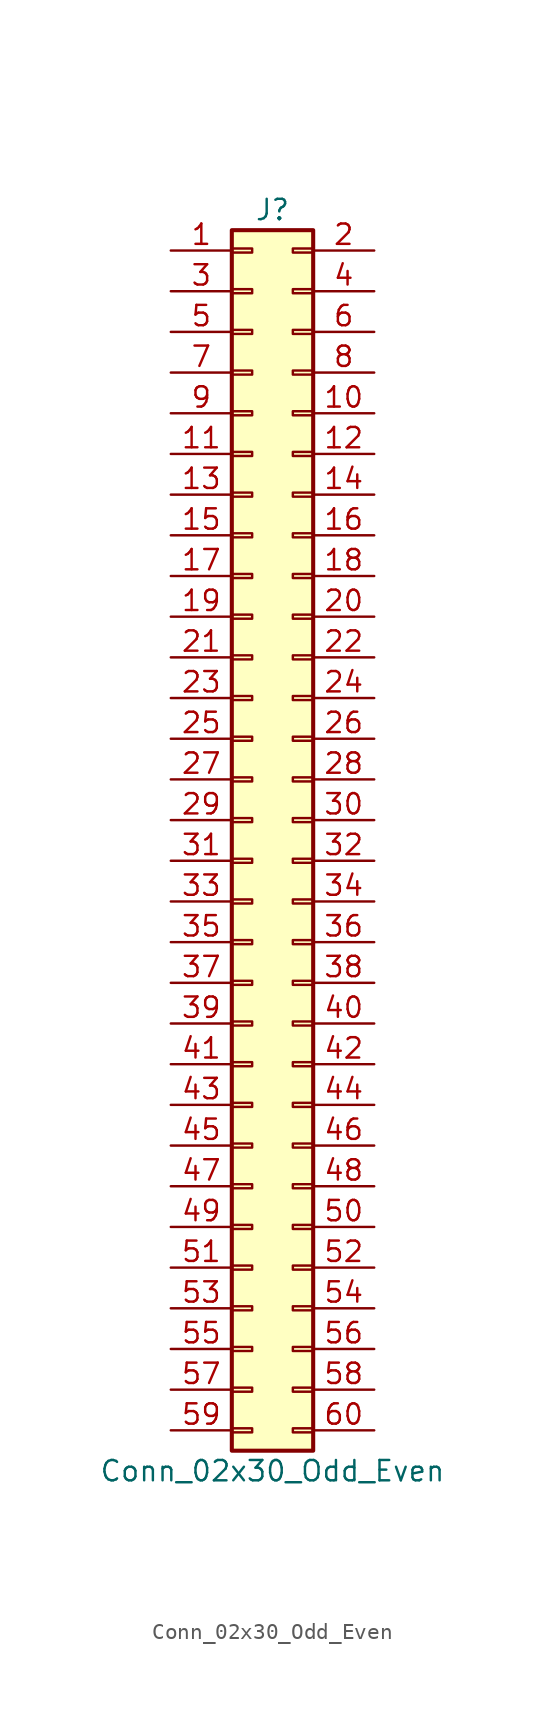
<source format=kicad_sym>
(kicad_symbol_lib
  (version 20201005)
  (generator kicad_symbol_editor)
  (symbol "Connector_Generic:Conn_02x30_Odd_Even"
    (pin_names
      (offset 1.016) hide)
    (property "Reference" "J"
      (at 1.27 38.1 0)
      (effects (font (size 1.27 1.27))))
    (property "Value" "Conn_02x30_Odd_Even"
      (at 1.27 -40.64 0)
      (effects (font (size 1.27 1.27))))
    (symbol "Conn_02x30_Odd_Even_1_1"
      (rectangle (start -1.27 -27.813) (end 0 -28.067) (stroke (width 0.152)) (fill (type none)))
      (rectangle (start -1.27 -30.353) (end 0 -30.607) (stroke (width 0.152)) (fill (type none)))
      (rectangle (start -1.27 -32.893) (end 0 -33.147) (stroke (width 0.152)) (fill (type none)))
      (rectangle (start -1.27 -35.433) (end 0 -35.687) (stroke (width 0.152)) (fill (type none)))
      (rectangle (start -1.27 -37.973) (end 0 -38.227) (stroke (width 0.152)) (fill (type none)))
      (rectangle (start -1.27 -4.953) (end 0 -5.207) (stroke (width 0.152)) (fill (type none)))
      (rectangle (start -1.27 -7.493) (end 0 -7.747) (stroke (width 0.152)) (fill (type none)))
      (rectangle (start -1.27 -10.033) (end 0 -10.287) (stroke (width 0.152)) (fill (type none)))
      (rectangle (start -1.27 -12.573) (end 0 -12.827) (stroke (width 0.152)) (fill (type none)))
      (rectangle (start -1.27 -15.113) (end 0 -15.367) (stroke (width 0.152)) (fill (type none)))
      (rectangle (start -1.27 -17.653) (end 0 -17.907) (stroke (width 0.152)) (fill (type none)))
      (rectangle (start -1.27 -20.193) (end 0 -20.447) (stroke (width 0.152)) (fill (type none)))
      (rectangle (start -1.27 -22.733) (end 0 -22.987) (stroke (width 0.152)) (fill (type none)))
      (rectangle (start -1.27 -2.413) (end 0 -2.667) (stroke (width 0.152)) (fill (type none)))
      (rectangle (start -1.27 -25.273) (end 0 -25.527) (stroke (width 0.152)) (fill (type none)))
      (rectangle (start -1.27 25.527) (end 0 25.273) (stroke (width 0.152)) (fill (type none)))
      (rectangle (start -1.27 2.667) (end 0 2.413) (stroke (width 0.152)) (fill (type none)))
      (rectangle (start -1.27 28.067) (end 0 27.813) (stroke (width 0.152)) (fill (type none)))
      (rectangle (start -1.27 30.607) (end 0 30.353) (stroke (width 0.152)) (fill (type none)))
      (rectangle (start -1.27 33.147) (end 0 32.893) (stroke (width 0.152)) (fill (type none)))
      (rectangle (start -1.27 35.687) (end 0 35.433) (stroke (width 0.152)) (fill (type none)))
      (rectangle (start -1.27 36.83) (end 3.81 -39.37) (stroke (width 0.254)) (fill (type background)))
      (rectangle (start -1.27 5.207) (end 0 4.953) (stroke (width 0.152)) (fill (type none)))
      (rectangle (start -1.27 7.747) (end 0 7.493) (stroke (width 0.152)) (fill (type none)))
      (rectangle (start -1.27 10.287) (end 0 10.033) (stroke (width 0.152)) (fill (type none)))
      (rectangle (start -1.27 0.127) (end 0 -0.127) (stroke (width 0.152)) (fill (type none)))
      (rectangle (start -1.27 12.827) (end 0 12.573) (stroke (width 0.152)) (fill (type none)))
      (rectangle (start -1.27 15.367) (end 0 15.113) (stroke (width 0.152)) (fill (type none)))
      (rectangle (start -1.27 17.907) (end 0 17.653) (stroke (width 0.152)) (fill (type none)))
      (rectangle (start -1.27 20.447) (end 0 20.193) (stroke (width 0.152)) (fill (type none)))
      (rectangle (start -1.27 22.987) (end 0 22.733) (stroke (width 0.152)) (fill (type none)))
      (rectangle (start 3.81 -27.813) (end 2.54 -28.067) (stroke (width 0.152)) (fill (type none)))
      (rectangle (start 3.81 -30.353) (end 2.54 -30.607) (stroke (width 0.152)) (fill (type none)))
      (rectangle (start 3.81 -32.893) (end 2.54 -33.147) (stroke (width 0.152)) (fill (type none)))
      (rectangle (start 3.81 -35.433) (end 2.54 -35.687) (stroke (width 0.152)) (fill (type none)))
      (rectangle (start 3.81 -37.973) (end 2.54 -38.227) (stroke (width 0.152)) (fill (type none)))
      (rectangle (start 3.81 -4.953) (end 2.54 -5.207) (stroke (width 0.152)) (fill (type none)))
      (rectangle (start 3.81 -7.493) (end 2.54 -7.747) (stroke (width 0.152)) (fill (type none)))
      (rectangle (start 3.81 -10.033) (end 2.54 -10.287) (stroke (width 0.152)) (fill (type none)))
      (rectangle (start 3.81 -12.573) (end 2.54 -12.827) (stroke (width 0.152)) (fill (type none)))
      (rectangle (start 3.81 -15.113) (end 2.54 -15.367) (stroke (width 0.152)) (fill (type none)))
      (rectangle (start 3.81 -17.653) (end 2.54 -17.907) (stroke (width 0.152)) (fill (type none)))
      (rectangle (start 3.81 -20.193) (end 2.54 -20.447) (stroke (width 0.152)) (fill (type none)))
      (rectangle (start 3.81 -22.733) (end 2.54 -22.987) (stroke (width 0.152)) (fill (type none)))
      (rectangle (start 3.81 -2.413) (end 2.54 -2.667) (stroke (width 0.152)) (fill (type none)))
      (rectangle (start 3.81 -25.273) (end 2.54 -25.527) (stroke (width 0.152)) (fill (type none)))
      (rectangle (start 3.81 25.527) (end 2.54 25.273) (stroke (width 0.152)) (fill (type none)))
      (rectangle (start 3.81 2.667) (end 2.54 2.413) (stroke (width 0.152)) (fill (type none)))
      (rectangle (start 3.81 28.067) (end 2.54 27.813) (stroke (width 0.152)) (fill (type none)))
      (rectangle (start 3.81 30.607) (end 2.54 30.353) (stroke (width 0.152)) (fill (type none)))
      (rectangle (start 3.81 33.147) (end 2.54 32.893) (stroke (width 0.152)) (fill (type none)))
      (rectangle (start 3.81 35.687) (end 2.54 35.433) (stroke (width 0.152)) (fill (type none)))
      (rectangle (start 3.81 5.207) (end 2.54 4.953) (stroke (width 0.152)) (fill (type none)))
      (rectangle (start 3.81 7.747) (end 2.54 7.493) (stroke (width 0.152)) (fill (type none)))
      (rectangle (start 3.81 10.287) (end 2.54 10.033) (stroke (width 0.152)) (fill (type none)))
      (rectangle (start 3.81 0.127) (end 2.54 -0.127) (stroke (width 0.152)) (fill (type none)))
      (rectangle (start 3.81 12.827) (end 2.54 12.573) (stroke (width 0.152)) (fill (type none)))
      (rectangle (start 3.81 15.367) (end 2.54 15.113) (stroke (width 0.152)) (fill (type none)))
      (rectangle (start 3.81 17.907) (end 2.54 17.653) (stroke (width 0.152)) (fill (type none)))
      (rectangle (start 3.81 20.447) (end 2.54 20.193) (stroke (width 0.152)) (fill (type none)))
      (rectangle (start 3.81 22.987) (end 2.54 22.733) (stroke (width 0.152)) (fill (type none)))
      (pin passive line (at -5.08 35.56 0) (length 3.81) (name "Pin_1" (effects (font (size 1.27 1.27)))) (number "1" (effects (font (size 1.27 1.27)))))
      (pin passive line (at 7.62 25.4 180) (length 3.81) (name "Pin_10" (effects (font (size 1.27 1.27)))) (number "10" (effects (font (size 1.27 1.27)))))
      (pin passive line (at -5.08 22.86 0) (length 3.81) (name "Pin_11" (effects (font (size 1.27 1.27)))) (number "11" (effects (font (size 1.27 1.27)))))
      (pin passive line (at 7.62 22.86 180) (length 3.81) (name "Pin_12" (effects (font (size 1.27 1.27)))) (number "12" (effects (font (size 1.27 1.27)))))
      (pin passive line (at -5.08 20.32 0) (length 3.81) (name "Pin_13" (effects (font (size 1.27 1.27)))) (number "13" (effects (font (size 1.27 1.27)))))
      (pin passive line (at 7.62 20.32 180) (length 3.81) (name "Pin_14" (effects (font (size 1.27 1.27)))) (number "14" (effects (font (size 1.27 1.27)))))
      (pin passive line (at -5.08 17.78 0) (length 3.81) (name "Pin_15" (effects (font (size 1.27 1.27)))) (number "15" (effects (font (size 1.27 1.27)))))
      (pin passive line (at 7.62 17.78 180) (length 3.81) (name "Pin_16" (effects (font (size 1.27 1.27)))) (number "16" (effects (font (size 1.27 1.27)))))
      (pin passive line (at -5.08 15.24 0) (length 3.81) (name "Pin_17" (effects (font (size 1.27 1.27)))) (number "17" (effects (font (size 1.27 1.27)))))
      (pin passive line (at 7.62 15.24 180) (length 3.81) (name "Pin_18" (effects (font (size 1.27 1.27)))) (number "18" (effects (font (size 1.27 1.27)))))
      (pin passive line (at -5.08 12.7 0) (length 3.81) (name "Pin_19" (effects (font (size 1.27 1.27)))) (number "19" (effects (font (size 1.27 1.27)))))
      (pin passive line (at 7.62 35.56 180) (length 3.81) (name "Pin_2" (effects (font (size 1.27 1.27)))) (number "2" (effects (font (size 1.27 1.27)))))
      (pin passive line (at 7.62 12.7 180) (length 3.81) (name "Pin_20" (effects (font (size 1.27 1.27)))) (number "20" (effects (font (size 1.27 1.27)))))
      (pin passive line (at -5.08 10.16 0) (length 3.81) (name "Pin_21" (effects (font (size 1.27 1.27)))) (number "21" (effects (font (size 1.27 1.27)))))
      (pin passive line (at 7.62 10.16 180) (length 3.81) (name "Pin_22" (effects (font (size 1.27 1.27)))) (number "22" (effects (font (size 1.27 1.27)))))
      (pin passive line (at -5.08 7.62 0) (length 3.81) (name "Pin_23" (effects (font (size 1.27 1.27)))) (number "23" (effects (font (size 1.27 1.27)))))
      (pin passive line (at 7.62 7.62 180) (length 3.81) (name "Pin_24" (effects (font (size 1.27 1.27)))) (number "24" (effects (font (size 1.27 1.27)))))
      (pin passive line (at -5.08 5.08 0) (length 3.81) (name "Pin_25" (effects (font (size 1.27 1.27)))) (number "25" (effects (font (size 1.27 1.27)))))
      (pin passive line (at 7.62 5.08 180) (length 3.81) (name "Pin_26" (effects (font (size 1.27 1.27)))) (number "26" (effects (font (size 1.27 1.27)))))
      (pin passive line (at -5.08 2.54 0) (length 3.81) (name "Pin_27" (effects (font (size 1.27 1.27)))) (number "27" (effects (font (size 1.27 1.27)))))
      (pin passive line (at 7.62 2.54 180) (length 3.81) (name "Pin_28" (effects (font (size 1.27 1.27)))) (number "28" (effects (font (size 1.27 1.27)))))
      (pin passive line (at -5.08 0 0) (length 3.81) (name "Pin_29" (effects (font (size 1.27 1.27)))) (number "29" (effects (font (size 1.27 1.27)))))
      (pin passive line (at -5.08 33.02 0) (length 3.81) (name "Pin_3" (effects (font (size 1.27 1.27)))) (number "3" (effects (font (size 1.27 1.27)))))
      (pin passive line (at 7.62 0 180) (length 3.81) (name "Pin_30" (effects (font (size 1.27 1.27)))) (number "30" (effects (font (size 1.27 1.27)))))
      (pin passive line (at -5.08 -2.54 0) (length 3.81) (name "Pin_31" (effects (font (size 1.27 1.27)))) (number "31" (effects (font (size 1.27 1.27)))))
      (pin passive line (at 7.62 -2.54 180) (length 3.81) (name "Pin_32" (effects (font (size 1.27 1.27)))) (number "32" (effects (font (size 1.27 1.27)))))
      (pin passive line (at -5.08 -5.08 0) (length 3.81) (name "Pin_33" (effects (font (size 1.27 1.27)))) (number "33" (effects (font (size 1.27 1.27)))))
      (pin passive line (at 7.62 -5.08 180) (length 3.81) (name "Pin_34" (effects (font (size 1.27 1.27)))) (number "34" (effects (font (size 1.27 1.27)))))
      (pin passive line (at -5.08 -7.62 0) (length 3.81) (name "Pin_35" (effects (font (size 1.27 1.27)))) (number "35" (effects (font (size 1.27 1.27)))))
      (pin passive line (at 7.62 -7.62 180) (length 3.81) (name "Pin_36" (effects (font (size 1.27 1.27)))) (number "36" (effects (font (size 1.27 1.27)))))
      (pin passive line (at -5.08 -10.16 0) (length 3.81) (name "Pin_37" (effects (font (size 1.27 1.27)))) (number "37" (effects (font (size 1.27 1.27)))))
      (pin passive line (at 7.62 -10.16 180) (length 3.81) (name "Pin_38" (effects (font (size 1.27 1.27)))) (number "38" (effects (font (size 1.27 1.27)))))
      (pin passive line (at -5.08 -12.7 0) (length 3.81) (name "Pin_39" (effects (font (size 1.27 1.27)))) (number "39" (effects (font (size 1.27 1.27)))))
      (pin passive line (at 7.62 33.02 180) (length 3.81) (name "Pin_4" (effects (font (size 1.27 1.27)))) (number "4" (effects (font (size 1.27 1.27)))))
      (pin passive line (at 7.62 -12.7 180) (length 3.81) (name "Pin_40" (effects (font (size 1.27 1.27)))) (number "40" (effects (font (size 1.27 1.27)))))
      (pin passive line (at -5.08 -15.24 0) (length 3.81) (name "Pin_41" (effects (font (size 1.27 1.27)))) (number "41" (effects (font (size 1.27 1.27)))))
      (pin passive line (at 7.62 -15.24 180) (length 3.81) (name "Pin_42" (effects (font (size 1.27 1.27)))) (number "42" (effects (font (size 1.27 1.27)))))
      (pin passive line (at -5.08 -17.78 0) (length 3.81) (name "Pin_43" (effects (font (size 1.27 1.27)))) (number "43" (effects (font (size 1.27 1.27)))))
      (pin passive line (at 7.62 -17.78 180) (length 3.81) (name "Pin_44" (effects (font (size 1.27 1.27)))) (number "44" (effects (font (size 1.27 1.27)))))
      (pin passive line (at -5.08 -20.32 0) (length 3.81) (name "Pin_45" (effects (font (size 1.27 1.27)))) (number "45" (effects (font (size 1.27 1.27)))))
      (pin passive line (at 7.62 -20.32 180) (length 3.81) (name "Pin_46" (effects (font (size 1.27 1.27)))) (number "46" (effects (font (size 1.27 1.27)))))
      (pin passive line (at -5.08 -22.86 0) (length 3.81) (name "Pin_47" (effects (font (size 1.27 1.27)))) (number "47" (effects (font (size 1.27 1.27)))))
      (pin passive line (at 7.62 -22.86 180) (length 3.81) (name "Pin_48" (effects (font (size 1.27 1.27)))) (number "48" (effects (font (size 1.27 1.27)))))
      (pin passive line (at -5.08 -25.4 0) (length 3.81) (name "Pin_49" (effects (font (size 1.27 1.27)))) (number "49" (effects (font (size 1.27 1.27)))))
      (pin passive line (at -5.08 30.48 0) (length 3.81) (name "Pin_5" (effects (font (size 1.27 1.27)))) (number "5" (effects (font (size 1.27 1.27)))))
      (pin passive line (at 7.62 -25.4 180) (length 3.81) (name "Pin_50" (effects (font (size 1.27 1.27)))) (number "50" (effects (font (size 1.27 1.27)))))
      (pin passive line (at -5.08 -27.94 0) (length 3.81) (name "Pin_51" (effects (font (size 1.27 1.27)))) (number "51" (effects (font (size 1.27 1.27)))))
      (pin passive line (at 7.62 -27.94 180) (length 3.81) (name "Pin_52" (effects (font (size 1.27 1.27)))) (number "52" (effects (font (size 1.27 1.27)))))
      (pin passive line (at -5.08 -30.48 0) (length 3.81) (name "Pin_53" (effects (font (size 1.27 1.27)))) (number "53" (effects (font (size 1.27 1.27)))))
      (pin passive line (at 7.62 -30.48 180) (length 3.81) (name "Pin_54" (effects (font (size 1.27 1.27)))) (number "54" (effects (font (size 1.27 1.27)))))
      (pin passive line (at -5.08 -33.02 0) (length 3.81) (name "Pin_55" (effects (font (size 1.27 1.27)))) (number "55" (effects (font (size 1.27 1.27)))))
      (pin passive line (at 7.62 -33.02 180) (length 3.81) (name "Pin_56" (effects (font (size 1.27 1.27)))) (number "56" (effects (font (size 1.27 1.27)))))
      (pin passive line (at -5.08 -35.56 0) (length 3.81) (name "Pin_57" (effects (font (size 1.27 1.27)))) (number "57" (effects (font (size 1.27 1.27)))))
      (pin passive line (at 7.62 -35.56 180) (length 3.81) (name "Pin_58" (effects (font (size 1.27 1.27)))) (number "58" (effects (font (size 1.27 1.27)))))
      (pin passive line (at -5.08 -38.1 0) (length 3.81) (name "Pin_59" (effects (font (size 1.27 1.27)))) (number "59" (effects (font (size 1.27 1.27)))))
      (pin passive line (at 7.62 30.48 180) (length 3.81) (name "Pin_6" (effects (font (size 1.27 1.27)))) (number "6" (effects (font (size 1.27 1.27)))))
      (pin passive line (at 7.62 -38.1 180) (length 3.81) (name "Pin_60" (effects (font (size 1.27 1.27)))) (number "60" (effects (font (size 1.27 1.27)))))
      (pin passive line (at -5.08 27.94 0) (length 3.81) (name "Pin_7" (effects (font (size 1.27 1.27)))) (number "7" (effects (font (size 1.27 1.27)))))
      (pin passive line (at 7.62 27.94 180) (length 3.81) (name "Pin_8" (effects (font (size 1.27 1.27)))) (number "8" (effects (font (size 1.27 1.27)))))
      (pin passive line (at -5.08 25.4 0) (length 3.81) (name "Pin_9" (effects (font (size 1.27 1.27)))) (number "9" (effects (font (size 1.27 1.27))))))))
</source>
